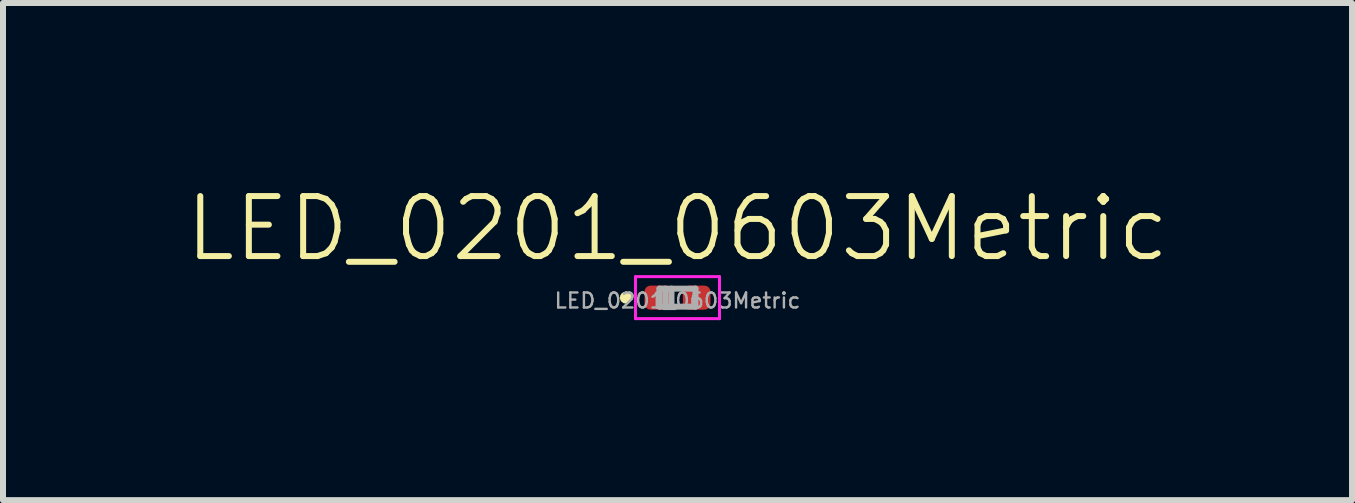
<source format=kicad_pcb>
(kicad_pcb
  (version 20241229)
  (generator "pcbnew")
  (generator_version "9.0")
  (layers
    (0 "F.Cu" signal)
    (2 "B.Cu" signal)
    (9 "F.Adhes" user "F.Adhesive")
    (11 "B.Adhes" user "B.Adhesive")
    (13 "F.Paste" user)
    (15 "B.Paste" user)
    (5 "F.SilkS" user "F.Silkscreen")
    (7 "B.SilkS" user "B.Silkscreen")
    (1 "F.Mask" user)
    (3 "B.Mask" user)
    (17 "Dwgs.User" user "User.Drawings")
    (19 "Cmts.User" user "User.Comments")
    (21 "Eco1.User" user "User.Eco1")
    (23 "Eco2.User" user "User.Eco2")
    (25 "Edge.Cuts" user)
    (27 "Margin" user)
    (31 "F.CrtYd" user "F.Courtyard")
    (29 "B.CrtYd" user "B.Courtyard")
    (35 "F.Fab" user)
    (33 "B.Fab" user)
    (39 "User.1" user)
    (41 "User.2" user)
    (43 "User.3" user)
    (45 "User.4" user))
  (footprint "LED_0201_0603Metric"
    (layer "F.Cu")
    (at 8.24 1.96)
    (property "Reference" "LED_0201_0603Metric" (at 0 -1.2 0) (unlocked yes) (layer "F.SilkS") (effects (font (size 1 1) (thickness 0.1))))
    (attr smd)
    (fp_circle (center -0.86 -0.05) (end -0.81 -0.05) (stroke (width 0.1) (type solid)) (fill no) (layer "F.SilkS"))
    (fp_line (start -0.7 -0.4) (end 0.7 -0.4) (stroke (width 0.05) (type solid)) (layer "F.CrtYd"))
    (fp_line (start -0.7 0.3) (end -0.7 -0.4) (stroke (width 0.05) (type solid)) (layer "F.CrtYd"))
    (fp_line (start 0.7 -0.4) (end 0.7 0.3) (stroke (width 0.05) (type solid)) (layer "F.CrtYd"))
    (fp_line (start 0.7 0.3) (end -0.7 0.3) (stroke (width 0.05) (type solid)) (layer "F.CrtYd"))
    (fp_line (start -0.3 -0.2) (end 0.3 -0.2) (stroke (width 0.1) (type solid)) (layer "F.Fab"))
    (fp_line (start -0.3 0.1) (end -0.3 -0.2) (stroke (width 0.1) (type solid)) (layer "F.Fab"))
    (fp_line (start -0.2 0.1) (end -0.2 -0.2) (stroke (width 0.1) (type solid)) (layer "F.Fab"))
    (fp_line (start -0.1 0.1) (end -0.1 -0.2) (stroke (width 0.1) (type solid)) (layer "F.Fab"))
    (fp_line (start 0.3 -0.2) (end 0.3 0.1) (stroke (width 0.1) (type solid)) (layer "F.Fab"))
    (fp_line (start 0.3 0.1) (end -0.3 0.1) (stroke (width 0.1) (type solid)) (layer "F.Fab"))
    (fp_text user "${REFERENCE}" (at 0 0 0) (unlocked yes) (layer "F.Fab") (effects (font (size 0.25 0.25) (thickness 0.04))))
    (pad "" smd roundrect (at -0.345 -0.05) (size 0.318 0.36) (layers "F.Paste") (roundrect_rratio 0.25))
    (pad "" smd roundrect (at 0.345 -0.05) (size 0.318 0.36) (layers "F.Paste") (roundrect_rratio 0.25))
    (pad "1" smd roundrect (at -0.32 -0.05) (size 0.46 0.4) (layers "F.Cu" "F.Mask") (roundrect_rratio 0.25))
    (pad "2" smd roundrect (at 0.32 -0.05) (size 0.46 0.4) (layers "F.Cu" "F.Mask") (roundrect_rratio 0.25)))
  (gr_rect
    (start -3 -3)
    (end 19.481 5.285)
    (stroke (width 0.1) (type default))
    (fill no)
    (layer "Edge.Cuts")))
</source>
